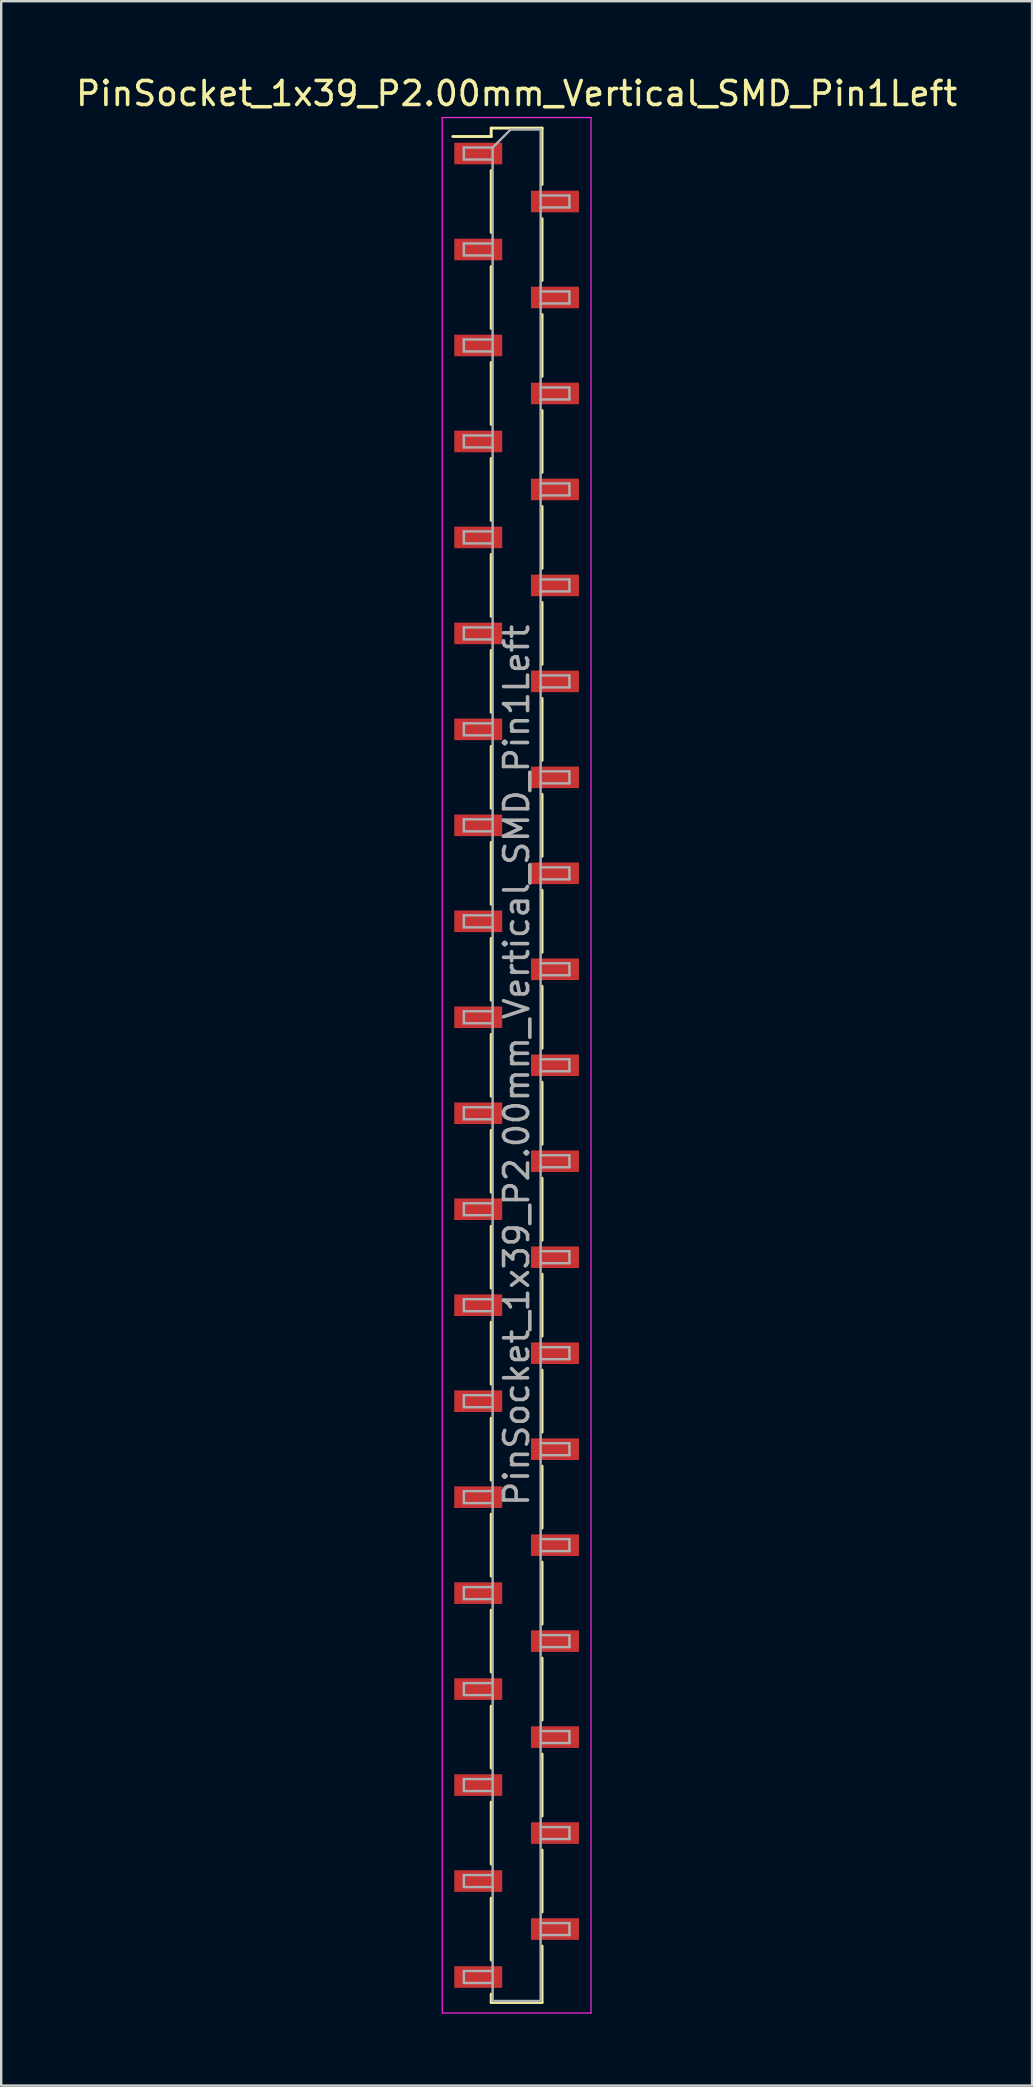
<source format=kicad_pcb>
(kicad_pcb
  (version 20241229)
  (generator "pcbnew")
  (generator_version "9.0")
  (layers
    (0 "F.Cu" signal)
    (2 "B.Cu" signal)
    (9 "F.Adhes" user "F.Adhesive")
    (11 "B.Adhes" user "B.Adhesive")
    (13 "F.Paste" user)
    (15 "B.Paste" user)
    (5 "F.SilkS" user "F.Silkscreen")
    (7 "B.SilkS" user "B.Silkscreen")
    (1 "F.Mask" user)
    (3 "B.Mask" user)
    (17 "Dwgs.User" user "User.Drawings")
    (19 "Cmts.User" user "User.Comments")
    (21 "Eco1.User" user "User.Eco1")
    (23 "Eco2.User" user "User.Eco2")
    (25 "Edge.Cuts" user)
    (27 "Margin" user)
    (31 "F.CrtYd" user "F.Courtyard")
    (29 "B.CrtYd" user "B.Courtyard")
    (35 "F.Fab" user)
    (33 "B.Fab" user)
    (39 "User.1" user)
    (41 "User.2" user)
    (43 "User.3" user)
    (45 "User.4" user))
  (footprint "PinSocket_1x39_P2.00mm_Vertical_SMD_Pin1Left"
    (layer "F.Cu")
    (at 18.482 41.348)
    (property "Reference" "PinSocket_1x39_P2.00mm_Vertical_SMD_Pin1Left" (at 0 -40.5 0) (layer "F.SilkS") (effects (font (size 1 1) (thickness 0.15))))
    (attr smd)
    (fp_line (start -2.66 -38.71) (end -1.06 -38.71) (stroke (width 0.12) (type solid)) (layer "F.SilkS"))
    (fp_line (start -1.06 -39.06) (end 1.06 -39.06) (stroke (width 0.12) (type solid)) (layer "F.SilkS"))
    (fp_line (start -1.06 -38.71) (end -1.06 -39.06) (stroke (width 0.12) (type solid)) (layer "F.SilkS"))
    (fp_line (start -1.06 -37.29) (end -1.06 -34.71) (stroke (width 0.12) (type solid)) (layer "F.SilkS"))
    (fp_line (start -1.06 -33.29) (end -1.06 -30.71) (stroke (width 0.12) (type solid)) (layer "F.SilkS"))
    (fp_line (start -1.06 -29.29) (end -1.06 -26.71) (stroke (width 0.12) (type solid)) (layer "F.SilkS"))
    (fp_line (start -1.06 -25.29) (end -1.06 -22.71) (stroke (width 0.12) (type solid)) (layer "F.SilkS"))
    (fp_line (start -1.06 -21.29) (end -1.06 -18.71) (stroke (width 0.12) (type solid)) (layer "F.SilkS"))
    (fp_line (start -1.06 -17.29) (end -1.06 -14.71) (stroke (width 0.12) (type solid)) (layer "F.SilkS"))
    (fp_line (start -1.06 -13.29) (end -1.06 -10.71) (stroke (width 0.12) (type solid)) (layer "F.SilkS"))
    (fp_line (start -1.06 -9.29) (end -1.06 -6.71) (stroke (width 0.12) (type solid)) (layer "F.SilkS"))
    (fp_line (start -1.06 -5.29) (end -1.06 -2.71) (stroke (width 0.12) (type solid)) (layer "F.SilkS"))
    (fp_line (start -1.06 -1.29) (end -1.06 1.29) (stroke (width 0.12) (type solid)) (layer "F.SilkS"))
    (fp_line (start -1.06 2.71) (end -1.06 5.29) (stroke (width 0.12) (type solid)) (layer "F.SilkS"))
    (fp_line (start -1.06 6.71) (end -1.06 9.29) (stroke (width 0.12) (type solid)) (layer "F.SilkS"))
    (fp_line (start -1.06 10.71) (end -1.06 13.29) (stroke (width 0.12) (type solid)) (layer "F.SilkS"))
    (fp_line (start -1.06 14.71) (end -1.06 17.29) (stroke (width 0.12) (type solid)) (layer "F.SilkS"))
    (fp_line (start -1.06 18.71) (end -1.06 21.29) (stroke (width 0.12) (type solid)) (layer "F.SilkS"))
    (fp_line (start -1.06 22.71) (end -1.06 25.29) (stroke (width 0.12) (type solid)) (layer "F.SilkS"))
    (fp_line (start -1.06 26.71) (end -1.06 29.29) (stroke (width 0.12) (type solid)) (layer "F.SilkS"))
    (fp_line (start -1.06 30.71) (end -1.06 33.29) (stroke (width 0.12) (type solid)) (layer "F.SilkS"))
    (fp_line (start -1.06 34.71) (end -1.06 37.29) (stroke (width 0.12) (type solid)) (layer "F.SilkS"))
    (fp_line (start -1.06 39.06) (end -1.06 38.71) (stroke (width 0.12) (type solid)) (layer "F.SilkS"))
    (fp_line (start 1.06 -39.06) (end 1.06 -36.71) (stroke (width 0.12) (type solid)) (layer "F.SilkS"))
    (fp_line (start 1.06 -35.29) (end 1.06 -32.71) (stroke (width 0.12) (type solid)) (layer "F.SilkS"))
    (fp_line (start 1.06 -31.29) (end 1.06 -28.71) (stroke (width 0.12) (type solid)) (layer "F.SilkS"))
    (fp_line (start 1.06 -27.29) (end 1.06 -24.71) (stroke (width 0.12) (type solid)) (layer "F.SilkS"))
    (fp_line (start 1.06 -23.29) (end 1.06 -20.71) (stroke (width 0.12) (type solid)) (layer "F.SilkS"))
    (fp_line (start 1.06 -19.29) (end 1.06 -16.71) (stroke (width 0.12) (type solid)) (layer "F.SilkS"))
    (fp_line (start 1.06 -15.29) (end 1.06 -12.71) (stroke (width 0.12) (type solid)) (layer "F.SilkS"))
    (fp_line (start 1.06 -11.29) (end 1.06 -8.71) (stroke (width 0.12) (type solid)) (layer "F.SilkS"))
    (fp_line (start 1.06 -7.29) (end 1.06 -4.71) (stroke (width 0.12) (type solid)) (layer "F.SilkS"))
    (fp_line (start 1.06 -3.29) (end 1.06 -0.71) (stroke (width 0.12) (type solid)) (layer "F.SilkS"))
    (fp_line (start 1.06 0.71) (end 1.06 3.29) (stroke (width 0.12) (type solid)) (layer "F.SilkS"))
    (fp_line (start 1.06 4.71) (end 1.06 7.29) (stroke (width 0.12) (type solid)) (layer "F.SilkS"))
    (fp_line (start 1.06 8.71) (end 1.06 11.29) (stroke (width 0.12) (type solid)) (layer "F.SilkS"))
    (fp_line (start 1.06 12.71) (end 1.06 15.29) (stroke (width 0.12) (type solid)) (layer "F.SilkS"))
    (fp_line (start 1.06 16.71) (end 1.06 19.29) (stroke (width 0.12) (type solid)) (layer "F.SilkS"))
    (fp_line (start 1.06 20.71) (end 1.06 23.29) (stroke (width 0.12) (type solid)) (layer "F.SilkS"))
    (fp_line (start 1.06 24.71) (end 1.06 27.29) (stroke (width 0.12) (type solid)) (layer "F.SilkS"))
    (fp_line (start 1.06 28.71) (end 1.06 31.29) (stroke (width 0.12) (type solid)) (layer "F.SilkS"))
    (fp_line (start 1.06 32.71) (end 1.06 35.29) (stroke (width 0.12) (type solid)) (layer "F.SilkS"))
    (fp_line (start 1.06 36.71) (end 1.06 39.06) (stroke (width 0.12) (type solid)) (layer "F.SilkS"))
    (fp_line (start 1.06 39.06) (end -1.06 39.06) (stroke (width 0.12) (type solid)) (layer "F.SilkS"))
    (fp_line (start -3.1 -39.5) (end 3.1 -39.5) (stroke (width 0.05) (type solid)) (layer "F.CrtYd"))
    (fp_line (start -3.1 39.5) (end -3.1 -39.5) (stroke (width 0.05) (type solid)) (layer "F.CrtYd"))
    (fp_line (start 3.1 -39.5) (end 3.1 39.5) (stroke (width 0.05) (type solid)) (layer "F.CrtYd"))
    (fp_line (start 3.1 39.5) (end -3.1 39.5) (stroke (width 0.05) (type solid)) (layer "F.CrtYd"))
    (fp_line (start -2.2 -38.25) (end -1 -38.25) (stroke (width 0.1) (type solid)) (layer "F.Fab"))
    (fp_line (start -2.2 -37.75) (end -2.2 -38.25) (stroke (width 0.1) (type solid)) (layer "F.Fab"))
    (fp_line (start -2.2 -34.25) (end -1 -34.25) (stroke (width 0.1) (type solid)) (layer "F.Fab"))
    (fp_line (start -2.2 -33.75) (end -2.2 -34.25) (stroke (width 0.1) (type solid)) (layer "F.Fab"))
    (fp_line (start -2.2 -30.25) (end -1 -30.25) (stroke (width 0.1) (type solid)) (layer "F.Fab"))
    (fp_line (start -2.2 -29.75) (end -2.2 -30.25) (stroke (width 0.1) (type solid)) (layer "F.Fab"))
    (fp_line (start -2.2 -26.25) (end -1 -26.25) (stroke (width 0.1) (type solid)) (layer "F.Fab"))
    (fp_line (start -2.2 -25.75) (end -2.2 -26.25) (stroke (width 0.1) (type solid)) (layer "F.Fab"))
    (fp_line (start -2.2 -22.25) (end -1 -22.25) (stroke (width 0.1) (type solid)) (layer "F.Fab"))
    (fp_line (start -2.2 -21.75) (end -2.2 -22.25) (stroke (width 0.1) (type solid)) (layer "F.Fab"))
    (fp_line (start -2.2 -18.25) (end -1 -18.25) (stroke (width 0.1) (type solid)) (layer "F.Fab"))
    (fp_line (start -2.2 -17.75) (end -2.2 -18.25) (stroke (width 0.1) (type solid)) (layer "F.Fab"))
    (fp_line (start -2.2 -14.25) (end -1 -14.25) (stroke (width 0.1) (type solid)) (layer "F.Fab"))
    (fp_line (start -2.2 -13.75) (end -2.2 -14.25) (stroke (width 0.1) (type solid)) (layer "F.Fab"))
    (fp_line (start -2.2 -10.25) (end -1 -10.25) (stroke (width 0.1) (type solid)) (layer "F.Fab"))
    (fp_line (start -2.2 -9.75) (end -2.2 -10.25) (stroke (width 0.1) (type solid)) (layer "F.Fab"))
    (fp_line (start -2.2 -6.25) (end -1 -6.25) (stroke (width 0.1) (type solid)) (layer "F.Fab"))
    (fp_line (start -2.2 -5.75) (end -2.2 -6.25) (stroke (width 0.1) (type solid)) (layer "F.Fab"))
    (fp_line (start -2.2 -2.25) (end -1 -2.25) (stroke (width 0.1) (type solid)) (layer "F.Fab"))
    (fp_line (start -2.2 -1.75) (end -2.2 -2.25) (stroke (width 0.1) (type solid)) (layer "F.Fab"))
    (fp_line (start -2.2 1.75) (end -1 1.75) (stroke (width 0.1) (type solid)) (layer "F.Fab"))
    (fp_line (start -2.2 2.25) (end -2.2 1.75) (stroke (width 0.1) (type solid)) (layer "F.Fab"))
    (fp_line (start -2.2 5.75) (end -1 5.75) (stroke (width 0.1) (type solid)) (layer "F.Fab"))
    (fp_line (start -2.2 6.25) (end -2.2 5.75) (stroke (width 0.1) (type solid)) (layer "F.Fab"))
    (fp_line (start -2.2 9.75) (end -1 9.75) (stroke (width 0.1) (type solid)) (layer "F.Fab"))
    (fp_line (start -2.2 10.25) (end -2.2 9.75) (stroke (width 0.1) (type solid)) (layer "F.Fab"))
    (fp_line (start -2.2 13.75) (end -1 13.75) (stroke (width 0.1) (type solid)) (layer "F.Fab"))
    (fp_line (start -2.2 14.25) (end -2.2 13.75) (stroke (width 0.1) (type solid)) (layer "F.Fab"))
    (fp_line (start -2.2 17.75) (end -1 17.75) (stroke (width 0.1) (type solid)) (layer "F.Fab"))
    (fp_line (start -2.2 18.25) (end -2.2 17.75) (stroke (width 0.1) (type solid)) (layer "F.Fab"))
    (fp_line (start -2.2 21.75) (end -1 21.75) (stroke (width 0.1) (type solid)) (layer "F.Fab"))
    (fp_line (start -2.2 22.25) (end -2.2 21.75) (stroke (width 0.1) (type solid)) (layer "F.Fab"))
    (fp_line (start -2.2 25.75) (end -1 25.75) (stroke (width 0.1) (type solid)) (layer "F.Fab"))
    (fp_line (start -2.2 26.25) (end -2.2 25.75) (stroke (width 0.1) (type solid)) (layer "F.Fab"))
    (fp_line (start -2.2 29.75) (end -1 29.75) (stroke (width 0.1) (type solid)) (layer "F.Fab"))
    (fp_line (start -2.2 30.25) (end -2.2 29.75) (stroke (width 0.1) (type solid)) (layer "F.Fab"))
    (fp_line (start -2.2 33.75) (end -1 33.75) (stroke (width 0.1) (type solid)) (layer "F.Fab"))
    (fp_line (start -2.2 34.25) (end -2.2 33.75) (stroke (width 0.1) (type solid)) (layer "F.Fab"))
    (fp_line (start -2.2 37.75) (end -1 37.75) (stroke (width 0.1) (type solid)) (layer "F.Fab"))
    (fp_line (start -2.2 38.25) (end -2.2 37.75) (stroke (width 0.1) (type solid)) (layer "F.Fab"))
    (fp_line (start -1 -38.25) (end -0.25 -39) (stroke (width 0.1) (type solid)) (layer "F.Fab"))
    (fp_line (start -1 -37.75) (end -2.2 -37.75) (stroke (width 0.1) (type solid)) (layer "F.Fab"))
    (fp_line (start -1 -33.75) (end -2.2 -33.75) (stroke (width 0.1) (type solid)) (layer "F.Fab"))
    (fp_line (start -1 -29.75) (end -2.2 -29.75) (stroke (width 0.1) (type solid)) (layer "F.Fab"))
    (fp_line (start -1 -25.75) (end -2.2 -25.75) (stroke (width 0.1) (type solid)) (layer "F.Fab"))
    (fp_line (start -1 -21.75) (end -2.2 -21.75) (stroke (width 0.1) (type solid)) (layer "F.Fab"))
    (fp_line (start -1 -17.75) (end -2.2 -17.75) (stroke (width 0.1) (type solid)) (layer "F.Fab"))
    (fp_line (start -1 -13.75) (end -2.2 -13.75) (stroke (width 0.1) (type solid)) (layer "F.Fab"))
    (fp_line (start -1 -9.75) (end -2.2 -9.75) (stroke (width 0.1) (type solid)) (layer "F.Fab"))
    (fp_line (start -1 -5.75) (end -2.2 -5.75) (stroke (width 0.1) (type solid)) (layer "F.Fab"))
    (fp_line (start -1 -1.75) (end -2.2 -1.75) (stroke (width 0.1) (type solid)) (layer "F.Fab"))
    (fp_line (start -1 2.25) (end -2.2 2.25) (stroke (width 0.1) (type solid)) (layer "F.Fab"))
    (fp_line (start -1 6.25) (end -2.2 6.25) (stroke (width 0.1) (type solid)) (layer "F.Fab"))
    (fp_line (start -1 10.25) (end -2.2 10.25) (stroke (width 0.1) (type solid)) (layer "F.Fab"))
    (fp_line (start -1 14.25) (end -2.2 14.25) (stroke (width 0.1) (type solid)) (layer "F.Fab"))
    (fp_line (start -1 18.25) (end -2.2 18.25) (stroke (width 0.1) (type solid)) (layer "F.Fab"))
    (fp_line (start -1 22.25) (end -2.2 22.25) (stroke (width 0.1) (type solid)) (layer "F.Fab"))
    (fp_line (start -1 26.25) (end -2.2 26.25) (stroke (width 0.1) (type solid)) (layer "F.Fab"))
    (fp_line (start -1 30.25) (end -2.2 30.25) (stroke (width 0.1) (type solid)) (layer "F.Fab"))
    (fp_line (start -1 34.25) (end -2.2 34.25) (stroke (width 0.1) (type solid)) (layer "F.Fab"))
    (fp_line (start -1 38.25) (end -2.2 38.25) (stroke (width 0.1) (type solid)) (layer "F.Fab"))
    (fp_line (start -1 39) (end -1 -38.25) (stroke (width 0.1) (type solid)) (layer "F.Fab"))
    (fp_line (start -0.25 -39) (end 1 -39) (stroke (width 0.1) (type solid)) (layer "F.Fab"))
    (fp_line (start 1 -39) (end 1 39) (stroke (width 0.1) (type solid)) (layer "F.Fab"))
    (fp_line (start 1 -36.25) (end 2.2 -36.25) (stroke (width 0.1) (type solid)) (layer "F.Fab"))
    (fp_line (start 1 -32.25) (end 2.2 -32.25) (stroke (width 0.1) (type solid)) (layer "F.Fab"))
    (fp_line (start 1 -28.25) (end 2.2 -28.25) (stroke (width 0.1) (type solid)) (layer "F.Fab"))
    (fp_line (start 1 -24.25) (end 2.2 -24.25) (stroke (width 0.1) (type solid)) (layer "F.Fab"))
    (fp_line (start 1 -20.25) (end 2.2 -20.25) (stroke (width 0.1) (type solid)) (layer "F.Fab"))
    (fp_line (start 1 -16.25) (end 2.2 -16.25) (stroke (width 0.1) (type solid)) (layer "F.Fab"))
    (fp_line (start 1 -12.25) (end 2.2 -12.25) (stroke (width 0.1) (type solid)) (layer "F.Fab"))
    (fp_line (start 1 -8.25) (end 2.2 -8.25) (stroke (width 0.1) (type solid)) (layer "F.Fab"))
    (fp_line (start 1 -4.25) (end 2.2 -4.25) (stroke (width 0.1) (type solid)) (layer "F.Fab"))
    (fp_line (start 1 -0.25) (end 2.2 -0.25) (stroke (width 0.1) (type solid)) (layer "F.Fab"))
    (fp_line (start 1 3.75) (end 2.2 3.75) (stroke (width 0.1) (type solid)) (layer "F.Fab"))
    (fp_line (start 1 7.75) (end 2.2 7.75) (stroke (width 0.1) (type solid)) (layer "F.Fab"))
    (fp_line (start 1 11.75) (end 2.2 11.75) (stroke (width 0.1) (type solid)) (layer "F.Fab"))
    (fp_line (start 1 15.75) (end 2.2 15.75) (stroke (width 0.1) (type solid)) (layer "F.Fab"))
    (fp_line (start 1 19.75) (end 2.2 19.75) (stroke (width 0.1) (type solid)) (layer "F.Fab"))
    (fp_line (start 1 23.75) (end 2.2 23.75) (stroke (width 0.1) (type solid)) (layer "F.Fab"))
    (fp_line (start 1 27.75) (end 2.2 27.75) (stroke (width 0.1) (type solid)) (layer "F.Fab"))
    (fp_line (start 1 31.75) (end 2.2 31.75) (stroke (width 0.1) (type solid)) (layer "F.Fab"))
    (fp_line (start 1 35.75) (end 2.2 35.75) (stroke (width 0.1) (type solid)) (layer "F.Fab"))
    (fp_line (start 1 39) (end -1 39) (stroke (width 0.1) (type solid)) (layer "F.Fab"))
    (fp_line (start 2.2 -36.25) (end 2.2 -35.75) (stroke (width 0.1) (type solid)) (layer "F.Fab"))
    (fp_line (start 2.2 -35.75) (end 1 -35.75) (stroke (width 0.1) (type solid)) (layer "F.Fab"))
    (fp_line (start 2.2 -32.25) (end 2.2 -31.75) (stroke (width 0.1) (type solid)) (layer "F.Fab"))
    (fp_line (start 2.2 -31.75) (end 1 -31.75) (stroke (width 0.1) (type solid)) (layer "F.Fab"))
    (fp_line (start 2.2 -28.25) (end 2.2 -27.75) (stroke (width 0.1) (type solid)) (layer "F.Fab"))
    (fp_line (start 2.2 -27.75) (end 1 -27.75) (stroke (width 0.1) (type solid)) (layer "F.Fab"))
    (fp_line (start 2.2 -24.25) (end 2.2 -23.75) (stroke (width 0.1) (type solid)) (layer "F.Fab"))
    (fp_line (start 2.2 -23.75) (end 1 -23.75) (stroke (width 0.1) (type solid)) (layer "F.Fab"))
    (fp_line (start 2.2 -20.25) (end 2.2 -19.75) (stroke (width 0.1) (type solid)) (layer "F.Fab"))
    (fp_line (start 2.2 -19.75) (end 1 -19.75) (stroke (width 0.1) (type solid)) (layer "F.Fab"))
    (fp_line (start 2.2 -16.25) (end 2.2 -15.75) (stroke (width 0.1) (type solid)) (layer "F.Fab"))
    (fp_line (start 2.2 -15.75) (end 1 -15.75) (stroke (width 0.1) (type solid)) (layer "F.Fab"))
    (fp_line (start 2.2 -12.25) (end 2.2 -11.75) (stroke (width 0.1) (type solid)) (layer "F.Fab"))
    (fp_line (start 2.2 -11.75) (end 1 -11.75) (stroke (width 0.1) (type solid)) (layer "F.Fab"))
    (fp_line (start 2.2 -8.25) (end 2.2 -7.75) (stroke (width 0.1) (type solid)) (layer "F.Fab"))
    (fp_line (start 2.2 -7.75) (end 1 -7.75) (stroke (width 0.1) (type solid)) (layer "F.Fab"))
    (fp_line (start 2.2 -4.25) (end 2.2 -3.75) (stroke (width 0.1) (type solid)) (layer "F.Fab"))
    (fp_line (start 2.2 -3.75) (end 1 -3.75) (stroke (width 0.1) (type solid)) (layer "F.Fab"))
    (fp_line (start 2.2 -0.25) (end 2.2 0.25) (stroke (width 0.1) (type solid)) (layer "F.Fab"))
    (fp_line (start 2.2 0.25) (end 1 0.25) (stroke (width 0.1) (type solid)) (layer "F.Fab"))
    (fp_line (start 2.2 3.75) (end 2.2 4.25) (stroke (width 0.1) (type solid)) (layer "F.Fab"))
    (fp_line (start 2.2 4.25) (end 1 4.25) (stroke (width 0.1) (type solid)) (layer "F.Fab"))
    (fp_line (start 2.2 7.75) (end 2.2 8.25) (stroke (width 0.1) (type solid)) (layer "F.Fab"))
    (fp_line (start 2.2 8.25) (end 1 8.25) (stroke (width 0.1) (type solid)) (layer "F.Fab"))
    (fp_line (start 2.2 11.75) (end 2.2 12.25) (stroke (width 0.1) (type solid)) (layer "F.Fab"))
    (fp_line (start 2.2 12.25) (end 1 12.25) (stroke (width 0.1) (type solid)) (layer "F.Fab"))
    (fp_line (start 2.2 15.75) (end 2.2 16.25) (stroke (width 0.1) (type solid)) (layer "F.Fab"))
    (fp_line (start 2.2 16.25) (end 1 16.25) (stroke (width 0.1) (type solid)) (layer "F.Fab"))
    (fp_line (start 2.2 19.75) (end 2.2 20.25) (stroke (width 0.1) (type solid)) (layer "F.Fab"))
    (fp_line (start 2.2 20.25) (end 1 20.25) (stroke (width 0.1) (type solid)) (layer "F.Fab"))
    (fp_line (start 2.2 23.75) (end 2.2 24.25) (stroke (width 0.1) (type solid)) (layer "F.Fab"))
    (fp_line (start 2.2 24.25) (end 1 24.25) (stroke (width 0.1) (type solid)) (layer "F.Fab"))
    (fp_line (start 2.2 27.75) (end 2.2 28.25) (stroke (width 0.1) (type solid)) (layer "F.Fab"))
    (fp_line (start 2.2 28.25) (end 1 28.25) (stroke (width 0.1) (type solid)) (layer "F.Fab"))
    (fp_line (start 2.2 31.75) (end 2.2 32.25) (stroke (width 0.1) (type solid)) (layer "F.Fab"))
    (fp_line (start 2.2 32.25) (end 1 32.25) (stroke (width 0.1) (type solid)) (layer "F.Fab"))
    (fp_line (start 2.2 35.75) (end 2.2 36.25) (stroke (width 0.1) (type solid)) (layer "F.Fab"))
    (fp_line (start 2.2 36.25) (end 1 36.25) (stroke (width 0.1) (type solid)) (layer "F.Fab"))
    (fp_text user "${REFERENCE}" (at 0 0 90) (layer "F.Fab") (effects (font (size 1 1) (thickness 0.15))))
    (pad "1" smd rect (at -1.6 -38) (size 2 0.9) (layers "F.Cu" "F.Mask" "F.Paste"))
    (pad "2" smd rect (at 1.6 -36) (size 2 0.9) (layers "F.Cu" "F.Mask" "F.Paste"))
    (pad "3" smd rect (at -1.6 -34) (size 2 0.9) (layers "F.Cu" "F.Mask" "F.Paste"))
    (pad "4" smd rect (at 1.6 -32) (size 2 0.9) (layers "F.Cu" "F.Mask" "F.Paste"))
    (pad "5" smd rect (at -1.6 -30) (size 2 0.9) (layers "F.Cu" "F.Mask" "F.Paste"))
    (pad "6" smd rect (at 1.6 -28) (size 2 0.9) (layers "F.Cu" "F.Mask" "F.Paste"))
    (pad "7" smd rect (at -1.6 -26) (size 2 0.9) (layers "F.Cu" "F.Mask" "F.Paste"))
    (pad "8" smd rect (at 1.6 -24) (size 2 0.9) (layers "F.Cu" "F.Mask" "F.Paste"))
    (pad "9" smd rect (at -1.6 -22) (size 2 0.9) (layers "F.Cu" "F.Mask" "F.Paste"))
    (pad "10" smd rect (at 1.6 -20) (size 2 0.9) (layers "F.Cu" "F.Mask" "F.Paste"))
    (pad "11" smd rect (at -1.6 -18) (size 2 0.9) (layers "F.Cu" "F.Mask" "F.Paste"))
    (pad "12" smd rect (at 1.6 -16) (size 2 0.9) (layers "F.Cu" "F.Mask" "F.Paste"))
    (pad "13" smd rect (at -1.6 -14) (size 2 0.9) (layers "F.Cu" "F.Mask" "F.Paste"))
    (pad "14" smd rect (at 1.6 -12) (size 2 0.9) (layers "F.Cu" "F.Mask" "F.Paste"))
    (pad "15" smd rect (at -1.6 -10) (size 2 0.9) (layers "F.Cu" "F.Mask" "F.Paste"))
    (pad "16" smd rect (at 1.6 -8) (size 2 0.9) (layers "F.Cu" "F.Mask" "F.Paste"))
    (pad "17" smd rect (at -1.6 -6) (size 2 0.9) (layers "F.Cu" "F.Mask" "F.Paste"))
    (pad "18" smd rect (at 1.6 -4) (size 2 0.9) (layers "F.Cu" "F.Mask" "F.Paste"))
    (pad "19" smd rect (at -1.6 -2) (size 2 0.9) (layers "F.Cu" "F.Mask" "F.Paste"))
    (pad "20" smd rect (at 1.6 0) (size 2 0.9) (layers "F.Cu" "F.Mask" "F.Paste"))
    (pad "21" smd rect (at -1.6 2) (size 2 0.9) (layers "F.Cu" "F.Mask" "F.Paste"))
    (pad "22" smd rect (at 1.6 4) (size 2 0.9) (layers "F.Cu" "F.Mask" "F.Paste"))
    (pad "23" smd rect (at -1.6 6) (size 2 0.9) (layers "F.Cu" "F.Mask" "F.Paste"))
    (pad "24" smd rect (at 1.6 8) (size 2 0.9) (layers "F.Cu" "F.Mask" "F.Paste"))
    (pad "25" smd rect (at -1.6 10) (size 2 0.9) (layers "F.Cu" "F.Mask" "F.Paste"))
    (pad "26" smd rect (at 1.6 12) (size 2 0.9) (layers "F.Cu" "F.Mask" "F.Paste"))
    (pad "27" smd rect (at -1.6 14) (size 2 0.9) (layers "F.Cu" "F.Mask" "F.Paste"))
    (pad "28" smd rect (at 1.6 16) (size 2 0.9) (layers "F.Cu" "F.Mask" "F.Paste"))
    (pad "29" smd rect (at -1.6 18) (size 2 0.9) (layers "F.Cu" "F.Mask" "F.Paste"))
    (pad "30" smd rect (at 1.6 20) (size 2 0.9) (layers "F.Cu" "F.Mask" "F.Paste"))
    (pad "31" smd rect (at -1.6 22) (size 2 0.9) (layers "F.Cu" "F.Mask" "F.Paste"))
    (pad "32" smd rect (at 1.6 24) (size 2 0.9) (layers "F.Cu" "F.Mask" "F.Paste"))
    (pad "33" smd rect (at -1.6 26) (size 2 0.9) (layers "F.Cu" "F.Mask" "F.Paste"))
    (pad "34" smd rect (at 1.6 28) (size 2 0.9) (layers "F.Cu" "F.Mask" "F.Paste"))
    (pad "35" smd rect (at -1.6 30) (size 2 0.9) (layers "F.Cu" "F.Mask" "F.Paste"))
    (pad "36" smd rect (at 1.6 32) (size 2 0.9) (layers "F.Cu" "F.Mask" "F.Paste"))
    (pad "37" smd rect (at -1.6 34) (size 2 0.9) (layers "F.Cu" "F.Mask" "F.Paste"))
    (pad "38" smd rect (at 1.6 36) (size 2 0.9) (layers "F.Cu" "F.Mask" "F.Paste"))
    (pad "39" smd rect (at -1.6 38) (size 2 0.9) (layers "F.Cu" "F.Mask" "F.Paste")))
  (gr_rect
    (start -3 -3)
    (end 39.964 83.873)
    (stroke (width 0.1) (type default))
    (fill no)
    (layer "Edge.Cuts")))
</source>
